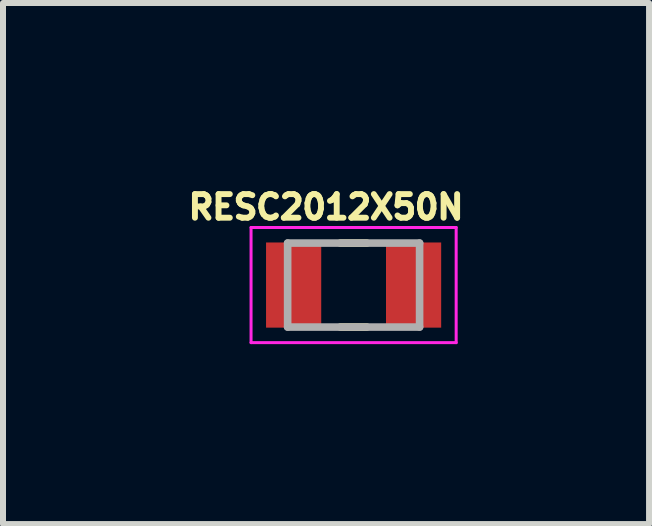
<source format=kicad_pcb>
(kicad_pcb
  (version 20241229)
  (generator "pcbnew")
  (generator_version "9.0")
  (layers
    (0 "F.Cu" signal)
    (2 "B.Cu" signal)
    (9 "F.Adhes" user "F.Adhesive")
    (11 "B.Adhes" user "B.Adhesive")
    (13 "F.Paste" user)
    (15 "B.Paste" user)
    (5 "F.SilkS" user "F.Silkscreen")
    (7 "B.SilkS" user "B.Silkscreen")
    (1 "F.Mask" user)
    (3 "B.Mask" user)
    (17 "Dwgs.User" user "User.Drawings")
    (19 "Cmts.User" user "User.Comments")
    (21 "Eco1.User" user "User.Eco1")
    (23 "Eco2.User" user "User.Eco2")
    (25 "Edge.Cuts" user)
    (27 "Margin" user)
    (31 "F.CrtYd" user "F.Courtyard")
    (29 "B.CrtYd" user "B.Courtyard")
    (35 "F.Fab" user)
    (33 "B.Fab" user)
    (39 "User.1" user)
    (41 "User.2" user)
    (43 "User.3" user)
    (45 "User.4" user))
  (footprint "RESC2012X50N"
    (layer "F.Cu")
    (at 2.846 1.703)
    (property "Reference" "RESC2012X50N" (at -0.46 -1.3 0) (layer "F.SilkS") (effects (font (size 0.394 0.394) (thickness 0.15))))
    (attr through_hole)
    (fp_line (start -0.22 -0.7) (end 0.22 -0.7) (stroke (width 0.127) (type solid)) (layer "F.SilkS"))
    (fp_line (start -0.22 0.7) (end 0.22 0.7) (stroke (width 0.127) (type solid)) (layer "F.SilkS"))
    (fp_line (start -1.71 -0.96) (end 1.71 -0.96) (stroke (width 0.05) (type solid)) (layer "F.CrtYd"))
    (fp_line (start -1.71 0.96) (end -1.71 -0.96) (stroke (width 0.05) (type solid)) (layer "F.CrtYd"))
    (fp_line (start -1.71 0.96) (end 1.71 0.96) (stroke (width 0.05) (type solid)) (layer "F.CrtYd"))
    (fp_line (start 1.71 0.96) (end 1.71 -0.96) (stroke (width 0.05) (type solid)) (layer "F.CrtYd"))
    (fp_line (start -1.1 0.7) (end -1.1 -0.7) (stroke (width 0.127) (type solid)) (layer "F.Fab"))
    (fp_line (start 1.1 -0.7) (end -1.1 -0.7) (stroke (width 0.127) (type solid)) (layer "F.Fab"))
    (fp_line (start 1.1 0.7) (end -1.1 0.7) (stroke (width 0.127) (type solid)) (layer "F.Fab"))
    (fp_line (start 1.1 0.7) (end 1.1 -0.7) (stroke (width 0.127) (type solid)) (layer "F.Fab"))
    (pad "1" smd rect (at -1 0) (size 0.92 1.42) (layers "F.Cu" "F.Mask" "F.Paste"))
    (pad "2" smd rect (at 1 0) (size 0.92 1.42) (layers "F.Cu" "F.Mask" "F.Paste")))
  (gr_rect
    (start -3 -3)
    (end 7.772 5.688)
    (stroke (width 0.1) (type default))
    (fill no)
    (layer "Edge.Cuts")))
</source>
